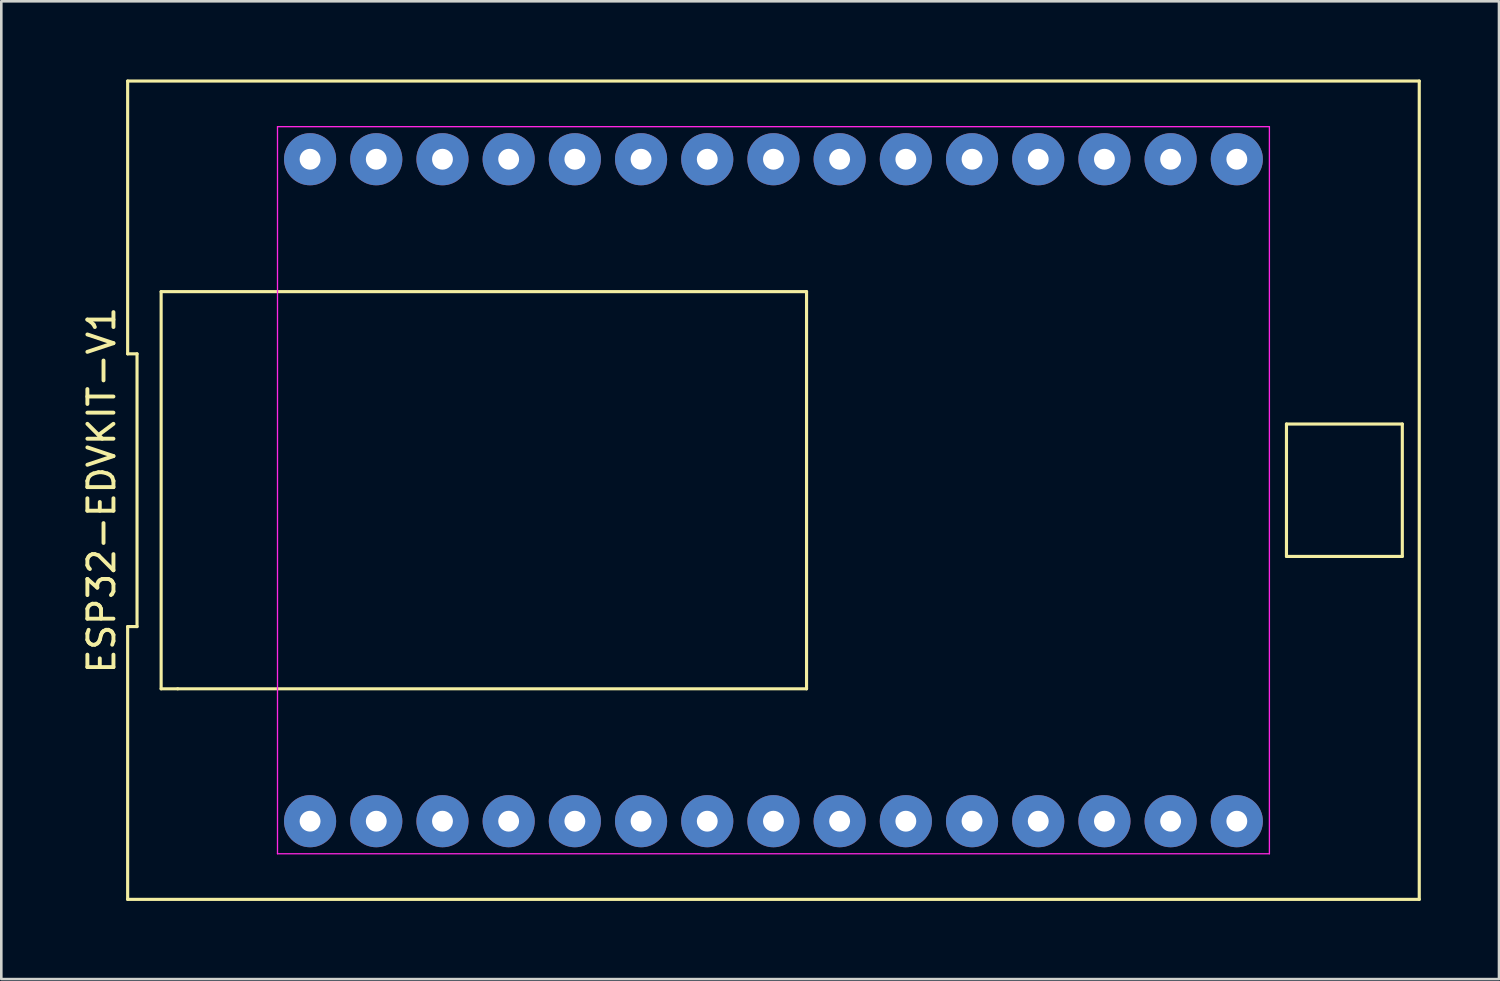
<source format=kicad_pcb>
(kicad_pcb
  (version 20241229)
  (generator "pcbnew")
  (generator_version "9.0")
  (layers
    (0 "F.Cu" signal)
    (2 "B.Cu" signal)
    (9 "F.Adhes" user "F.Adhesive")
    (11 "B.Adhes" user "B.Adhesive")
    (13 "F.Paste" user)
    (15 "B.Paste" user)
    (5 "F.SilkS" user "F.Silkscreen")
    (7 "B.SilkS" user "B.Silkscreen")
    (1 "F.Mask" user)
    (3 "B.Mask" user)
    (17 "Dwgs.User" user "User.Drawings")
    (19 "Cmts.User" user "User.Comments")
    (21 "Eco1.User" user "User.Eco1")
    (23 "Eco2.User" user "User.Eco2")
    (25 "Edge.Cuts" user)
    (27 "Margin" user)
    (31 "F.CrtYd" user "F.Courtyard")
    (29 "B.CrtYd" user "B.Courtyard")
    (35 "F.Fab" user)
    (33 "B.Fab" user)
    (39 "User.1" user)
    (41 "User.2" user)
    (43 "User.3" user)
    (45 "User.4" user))
  (footprint "ESP32-EDVKIT-V1"
    (layer "F.Cu")
    (at 26.628 15.76)
    (property "Reference" "ESP32-EDVKIT-V1" (at -25.78 0 90) (layer "F.SilkS") (effects (font (size 1 1) (thickness 0.15))))
    (attr through_hole)
    (fp_line (start -24.78 -15.7) (end -24.78 -5.233) (stroke (width 0.12) (type solid)) (layer "F.SilkS"))
    (fp_line (start -24.78 -5.233) (end -24.42 -5.233) (stroke (width 0.12) (type solid)) (layer "F.SilkS"))
    (fp_line (start -24.78 5.233) (end -24.78 15.7) (stroke (width 0.12) (type solid)) (layer "F.SilkS"))
    (fp_line (start -24.78 15.7) (end 24.78 15.7) (stroke (width 0.12) (type solid)) (layer "F.SilkS"))
    (fp_line (start -24.42 -5.233) (end -24.42 5.233) (stroke (width 0.12) (type solid)) (layer "F.SilkS"))
    (fp_line (start -24.42 5.233) (end -24.78 5.233) (stroke (width 0.12) (type solid)) (layer "F.SilkS"))
    (fp_line (start -23.495 -7.62) (end 1.27 -7.62) (stroke (width 0.12) (type solid)) (layer "F.SilkS"))
    (fp_line (start -23.495 7.62) (end -23.495 -7.62) (stroke (width 0.12) (type solid)) (layer "F.SilkS"))
    (fp_line (start -22.86 7.62) (end -23.495 7.62) (stroke (width 0.12) (type solid)) (layer "F.SilkS"))
    (fp_line (start 1.27 -7.62) (end 1.27 7.62) (stroke (width 0.12) (type solid)) (layer "F.SilkS"))
    (fp_line (start 1.27 7.62) (end -22.86 7.62) (stroke (width 0.12) (type solid)) (layer "F.SilkS"))
    (fp_line (start 19.685 -2.54) (end 19.685 2.54) (stroke (width 0.12) (type solid)) (layer "F.SilkS"))
    (fp_line (start 19.685 2.54) (end 24.13 2.54) (stroke (width 0.12) (type solid)) (layer "F.SilkS"))
    (fp_line (start 24.13 -2.54) (end 19.685 -2.54) (stroke (width 0.12) (type solid)) (layer "F.SilkS"))
    (fp_line (start 24.13 2.54) (end 24.13 -2.54) (stroke (width 0.12) (type solid)) (layer "F.SilkS"))
    (fp_line (start 24.78 -15.7) (end -24.78 -15.7) (stroke (width 0.12) (type solid)) (layer "F.SilkS"))
    (fp_line (start 24.78 15.7) (end 24.78 -15.7) (stroke (width 0.12) (type solid)) (layer "F.SilkS"))
    (fp_line (start -19.03 -13.95) (end 19.03 -13.95) (stroke (width 0.05) (type solid)) (layer "F.CrtYd"))
    (fp_line (start -19.03 13.95) (end -19.03 -13.95) (stroke (width 0.05) (type solid)) (layer "F.CrtYd"))
    (fp_line (start 19.03 -13.95) (end 19.03 13.95) (stroke (width 0.05) (type solid)) (layer "F.CrtYd"))
    (fp_line (start 19.03 13.95) (end -19.03 13.95) (stroke (width 0.05) (type solid)) (layer "F.CrtYd"))
    (pad "1" thru_hole circle (at -17.78 12.7) (size 2 2) (drill 0.8) (layers "*.Cu" "*.Mask"))
    (pad "2" thru_hole circle (at -15.24 12.7) (size 2 2) (drill 0.8) (layers "*.Cu" "*.Mask"))
    (pad "3" thru_hole circle (at -12.7 12.7) (size 2 2) (drill 0.8) (layers "*.Cu" "*.Mask"))
    (pad "4" thru_hole circle (at -10.16 12.7) (size 2 2) (drill 0.8) (layers "*.Cu" "*.Mask"))
    (pad "5" thru_hole circle (at -7.62 12.7) (size 2 2) (drill 0.8) (layers "*.Cu" "*.Mask"))
    (pad "6" thru_hole circle (at -5.08 12.7) (size 2 2) (drill 0.8) (layers "*.Cu" "*.Mask"))
    (pad "7" thru_hole circle (at -2.54 12.7) (size 2 2) (drill 0.8) (layers "*.Cu" "*.Mask"))
    (pad "8" thru_hole circle (at 0 12.7) (size 2 2) (drill 0.8) (layers "*.Cu" "*.Mask"))
    (pad "9" thru_hole circle (at 2.54 12.7) (size 2 2) (drill 0.8) (layers "*.Cu" "*.Mask"))
    (pad "10" thru_hole circle (at 5.08 12.7) (size 2 2) (drill 0.8) (layers "*.Cu" "*.Mask"))
    (pad "11" thru_hole circle (at 7.62 12.7) (size 2 2) (drill 0.8) (layers "*.Cu" "*.Mask"))
    (pad "12" thru_hole circle (at 10.16 12.7) (size 2 2) (drill 0.8) (layers "*.Cu" "*.Mask"))
    (pad "13" thru_hole circle (at 12.7 12.7) (size 2 2) (drill 0.8) (layers "*.Cu" "*.Mask"))
    (pad "14" thru_hole circle (at 15.24 12.7) (size 2 2) (drill 0.8) (layers "*.Cu" "*.Mask"))
    (pad "15" thru_hole circle (at 17.78 12.7) (size 2 2) (drill 0.8) (layers "*.Cu" "*.Mask"))
    (pad "16" thru_hole circle (at 17.78 -12.7) (size 2 2) (drill 0.8) (layers "*.Cu" "*.Mask"))
    (pad "17" thru_hole circle (at 15.24 -12.7) (size 2 2) (drill 0.8) (layers "*.Cu" "*.Mask"))
    (pad "18" thru_hole circle (at 12.7 -12.7) (size 2 2) (drill 0.8) (layers "*.Cu" "*.Mask"))
    (pad "19" thru_hole circle (at 10.16 -12.7) (size 2 2) (drill 0.8) (layers "*.Cu" "*.Mask"))
    (pad "20" thru_hole circle (at 7.62 -12.7) (size 2 2) (drill 0.8) (layers "*.Cu" "*.Mask"))
    (pad "21" thru_hole circle (at 5.08 -12.7) (size 2 2) (drill 0.8) (layers "*.Cu" "*.Mask"))
    (pad "22" thru_hole circle (at 2.54 -12.7) (size 2 2) (drill 0.8) (layers "*.Cu" "*.Mask"))
    (pad "23" thru_hole circle (at 0 -12.7) (size 2 2) (drill 0.8) (layers "*.Cu" "*.Mask"))
    (pad "24" thru_hole circle (at -2.54 -12.7) (size 2 2) (drill 0.8) (layers "*.Cu" "*.Mask"))
    (pad "25" thru_hole circle (at -5.08 -12.7) (size 2 2) (drill 0.8) (layers "*.Cu" "*.Mask"))
    (pad "26" thru_hole circle (at -7.62 -12.7) (size 2 2) (drill 0.8) (layers "*.Cu" "*.Mask"))
    (pad "27" thru_hole circle (at -10.16 -12.7) (size 2 2) (drill 0.8) (layers "*.Cu" "*.Mask"))
    (pad "28" thru_hole circle (at -12.7 -12.7) (size 2 2) (drill 0.8) (layers "*.Cu" "*.Mask"))
    (pad "29" thru_hole circle (at -15.24 -12.7) (size 2 2) (drill 0.8) (layers "*.Cu" "*.Mask"))
    (pad "30" thru_hole circle (at -17.78 -12.7) (size 2 2) (drill 0.8) (layers "*.Cu" "*.Mask")))
  (gr_rect
    (start -3 -3)
    (end 54.468 34.52)
    (stroke (width 0.1) (type default))
    (fill no)
    (layer "Edge.Cuts")))
</source>
